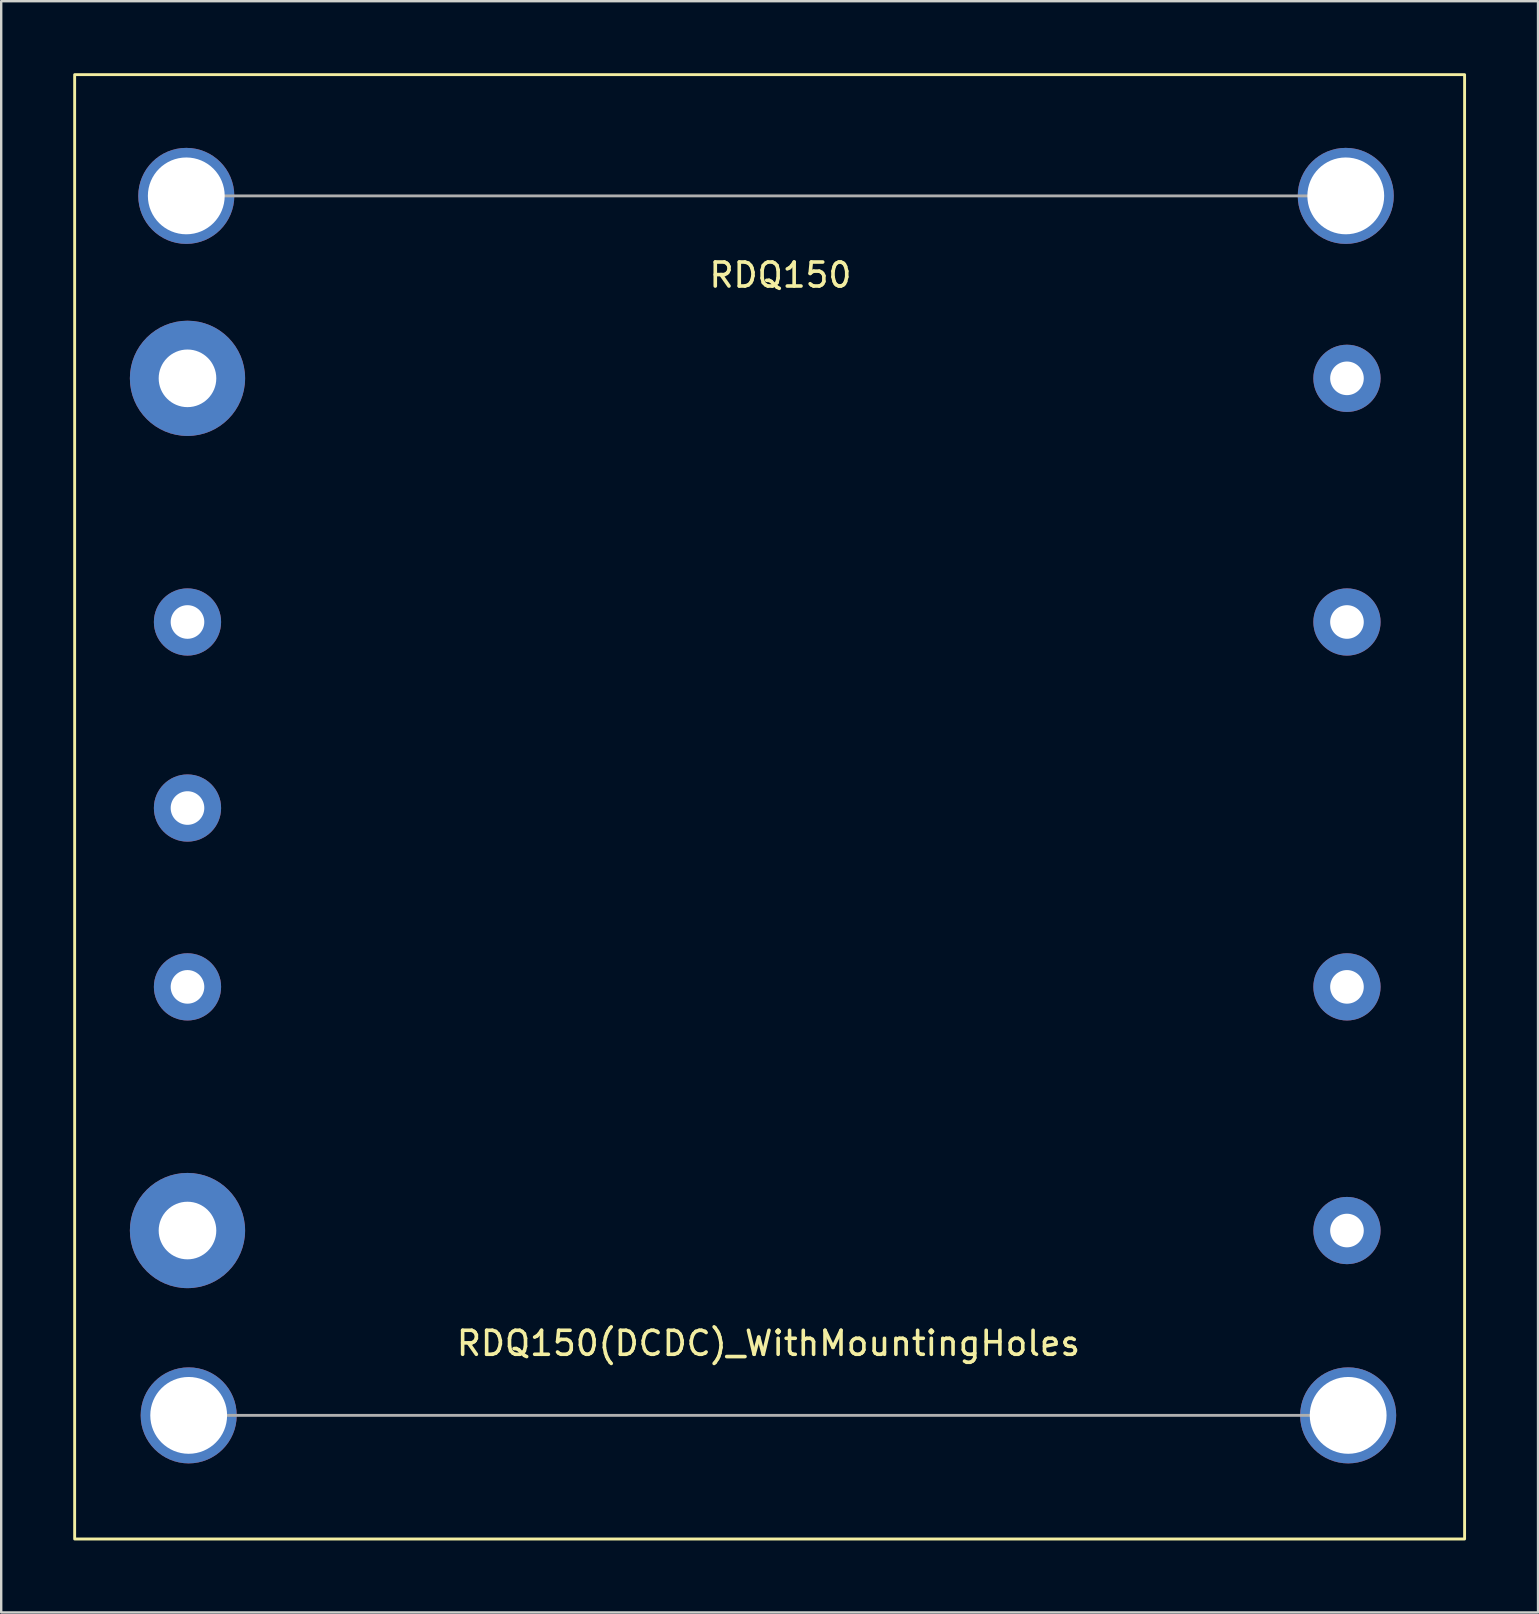
<source format=kicad_pcb>
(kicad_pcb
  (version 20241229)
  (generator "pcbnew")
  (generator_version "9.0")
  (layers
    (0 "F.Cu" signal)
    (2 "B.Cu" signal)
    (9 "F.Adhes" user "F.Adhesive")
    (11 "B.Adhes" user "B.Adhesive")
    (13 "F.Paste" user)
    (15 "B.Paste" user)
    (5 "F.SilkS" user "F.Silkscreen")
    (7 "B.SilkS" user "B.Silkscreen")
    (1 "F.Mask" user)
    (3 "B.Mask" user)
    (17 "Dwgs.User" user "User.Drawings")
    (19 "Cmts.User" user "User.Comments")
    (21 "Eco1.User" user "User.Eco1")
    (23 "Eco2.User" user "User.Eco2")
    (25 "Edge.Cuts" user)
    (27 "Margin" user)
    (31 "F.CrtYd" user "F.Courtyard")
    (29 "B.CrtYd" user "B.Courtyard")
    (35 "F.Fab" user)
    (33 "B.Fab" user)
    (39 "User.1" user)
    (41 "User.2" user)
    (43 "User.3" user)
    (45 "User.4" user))
  (footprint "RDQ150(DCDC)_WithMountingHoles"
    (layer "F.Cu")
    (at 28.96 5.41)
    (property "Reference" "RDQ150(DCDC)_WithMountingHoles" (at 0 47.5 0) (layer "F.SilkS") (effects (font (size 1 1) (thickness 0.15))))
    (attr through_hole)
    (fp_rect (start -28.9 -5.35) (end 29 55.65) (stroke (width 0.12) (type solid)) (fill no) (layer "F.SilkS"))
    (fp_line (start -24.25 -0.3) (end 24.05 -0.3) (stroke (width 0.12) (type solid)) (layer "F.Fab"))
    (fp_line (start -24.15 50.5) (end 24.15 50.5) (stroke (width 0.12) (type solid)) (layer "F.Fab"))
    (fp_text user "RDQ150" (at 0.5 3 0) (layer "F.SilkS") (effects (font (size 1 1) (thickness 0.15))))
    (pad "1" thru_hole circle (at 24.1 42.8) (size 2.8 2.8) (drill 1.4) (layers "*.Cu" "*.Mask"))
    (pad "2" thru_hole circle (at 24.1 32.65) (size 2.8 2.8) (drill 1.4) (layers "*.Cu" "*.Mask"))
    (pad "3" thru_hole circle (at 24.1 17.45) (size 2.8 2.8) (drill 1.4) (layers "*.Cu" "*.Mask"))
    (pad "4" thru_hole circle (at 24.1 7.3) (size 2.8 2.8) (drill 1.4) (layers "*.Cu" "*.Mask"))
    (pad "5" thru_hole circle (at -24.2 7.3) (size 4.8 4.8) (drill 2.4) (layers "*.Cu" "*.Mask"))
    (pad "6" thru_hole circle (at -24.2 17.45) (size 2.8 2.8) (drill 1.4) (layers "*.Cu" "*.Mask"))
    (pad "7" thru_hole circle (at -24.2 25.2) (size 2.8 2.8) (drill 1.4) (layers "*.Cu" "*.Mask"))
    (pad "8" thru_hole circle (at -24.2 32.65) (size 2.8 2.8) (drill 1.4) (layers "*.Cu" "*.Mask"))
    (pad "9" thru_hole circle (at -24.2 42.8) (size 4.8 4.8) (drill 2.4) (layers "*.Cu" "*.Mask"))
    (pad "12" thru_hole circle (at 24.05 -0.3) (size 4 4) (drill 3.2) (layers "*.Cu" "*.Mask"))
    (pad "13" thru_hole circle (at -24.25 -0.3) (size 4 4) (drill 3.2) (layers "*.Cu" "*.Mask"))
    (pad "14" thru_hole circle (at -24.15 50.5) (size 4 4) (drill 3.2) (layers "*.Cu" "*.Mask"))
    (pad "15" thru_hole circle (at 24.15 50.5) (size 4 4) (drill 3.2) (layers "*.Cu" "*.Mask")))
  (gr_rect
    (start -3 -3)
    (end 61.02 64.12)
    (stroke (width 0.1) (type default))
    (fill no)
    (layer "Edge.Cuts")))
</source>
